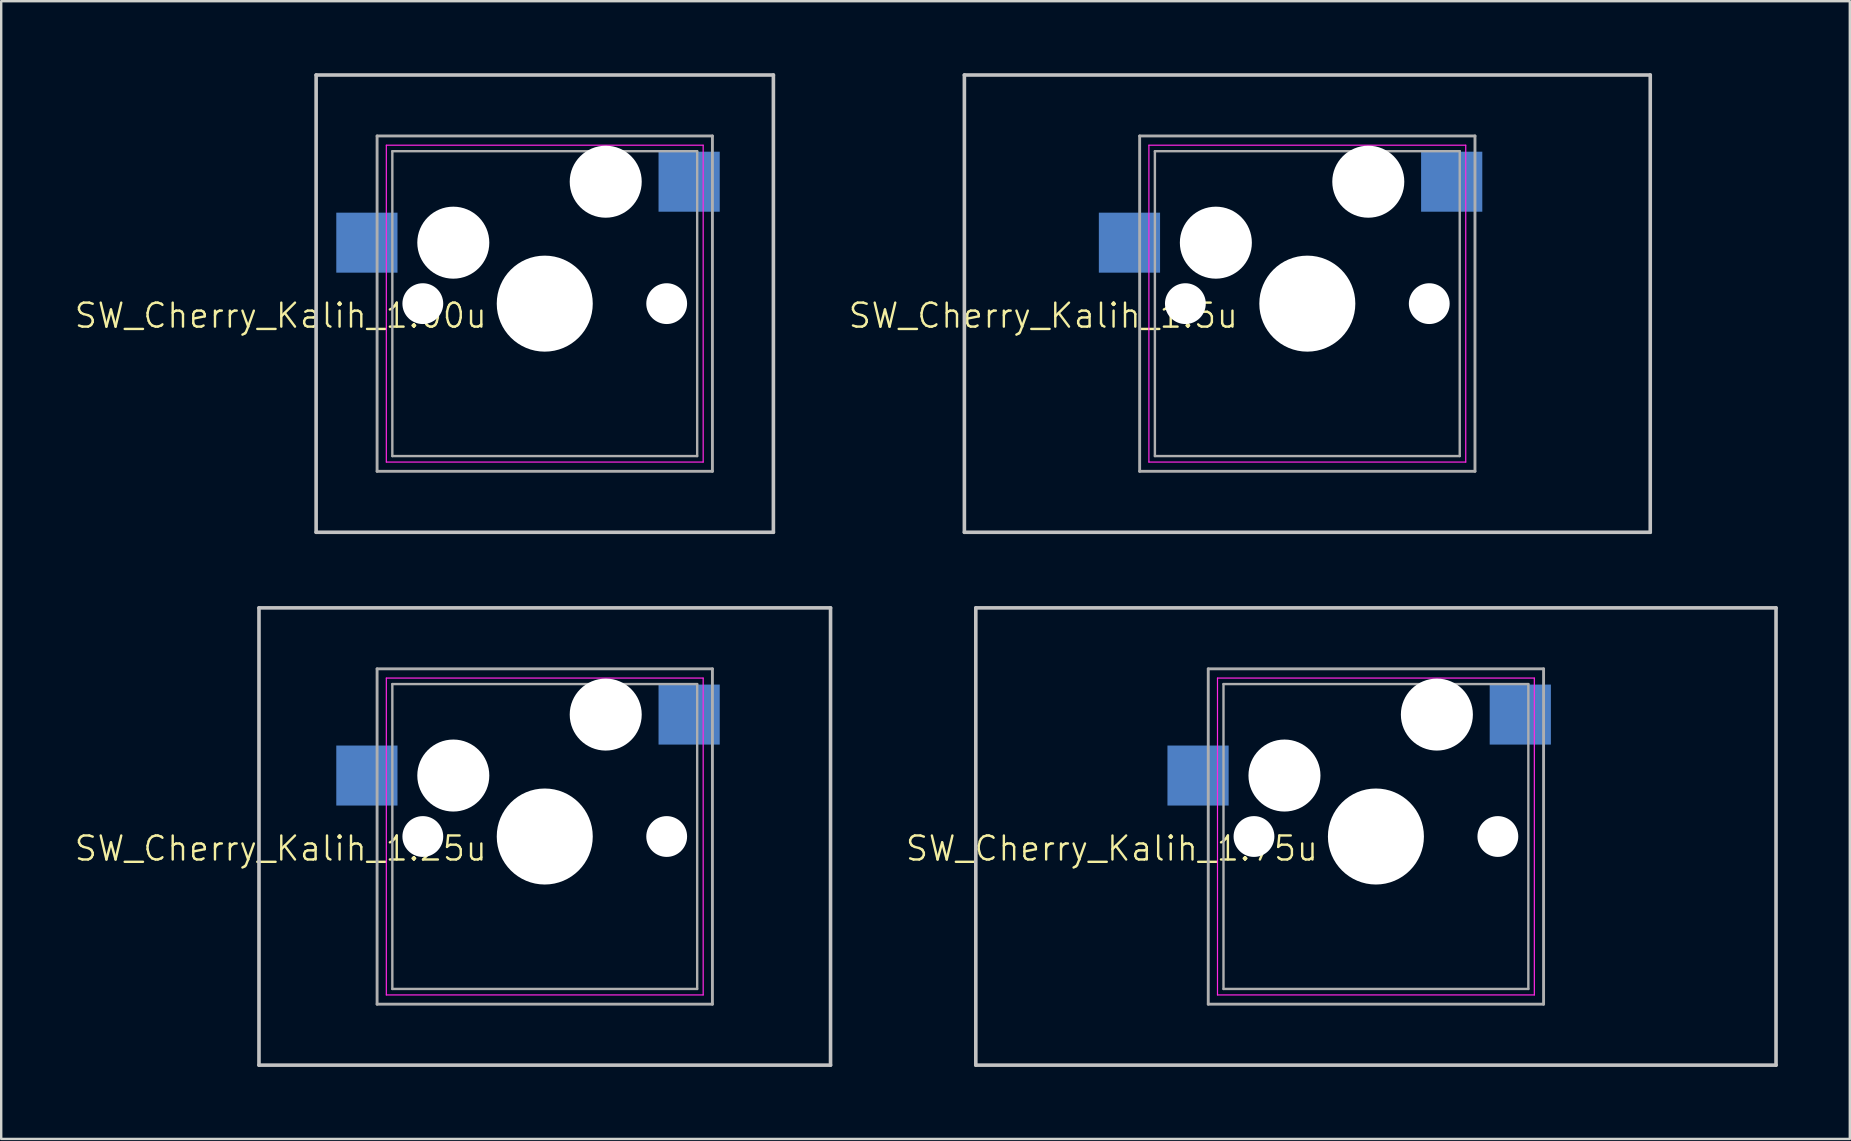
<source format=kicad_pcb>
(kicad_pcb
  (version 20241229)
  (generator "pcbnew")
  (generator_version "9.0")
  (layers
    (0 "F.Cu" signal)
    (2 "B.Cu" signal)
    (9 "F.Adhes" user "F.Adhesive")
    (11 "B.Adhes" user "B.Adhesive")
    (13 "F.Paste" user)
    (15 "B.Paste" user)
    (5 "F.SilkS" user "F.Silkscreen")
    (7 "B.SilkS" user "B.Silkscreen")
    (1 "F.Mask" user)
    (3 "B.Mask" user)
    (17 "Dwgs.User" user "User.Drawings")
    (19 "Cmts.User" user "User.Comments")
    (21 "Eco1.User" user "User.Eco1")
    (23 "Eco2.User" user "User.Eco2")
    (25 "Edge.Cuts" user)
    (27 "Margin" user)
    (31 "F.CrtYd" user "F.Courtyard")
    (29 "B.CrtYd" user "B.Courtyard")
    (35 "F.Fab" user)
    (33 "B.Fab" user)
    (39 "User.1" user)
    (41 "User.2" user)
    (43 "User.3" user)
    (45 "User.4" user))
  (footprint "SW_Cherry_Kalih_1.75u"
    (layer "F.Cu")
    (at 54.272 31.8)
    (property "Reference" "SW_Cherry_Kalih_1.75u" (at -11 0.5 0) (unlocked yes) (layer "F.SilkS") (effects (font (size 1 1) (thickness 0.1))))
    (fp_line (start -16.669 -9.525) (end 16.669 -9.525) (stroke (width 0.15) (type solid)) (layer "Dwgs.User"))
    (fp_line (start -16.669 9.525) (end -16.669 -9.525) (stroke (width 0.15) (type solid)) (layer "Dwgs.User"))
    (fp_line (start 16.669 -9.525) (end 16.669 9.525) (stroke (width 0.15) (type solid)) (layer "Dwgs.User"))
    (fp_line (start 16.669 9.525) (end -16.669 9.525) (stroke (width 0.15) (type solid)) (layer "Dwgs.User"))
    (fp_line (start -6.6 -6.6) (end 6.6 -6.6) (stroke (width 0.05) (type solid)) (layer "F.CrtYd"))
    (fp_line (start -6.6 6.6) (end -6.6 -6.6) (stroke (width 0.05) (type solid)) (layer "F.CrtYd"))
    (fp_line (start 6.6 -6.6) (end 6.6 6.6) (stroke (width 0.05) (type solid)) (layer "F.CrtYd"))
    (fp_line (start 6.6 6.6) (end -6.6 6.6) (stroke (width 0.05) (type solid)) (layer "F.CrtYd"))
    (fp_line (start -6.985 -6.985) (end 6.985 -6.985) (stroke (width 0.12) (type solid)) (layer "F.Fab"))
    (fp_line (start -6.985 6.985) (end -6.985 -6.985) (stroke (width 0.12) (type solid)) (layer "F.Fab"))
    (fp_line (start -6.35 -6.35) (end 6.35 -6.35) (stroke (width 0.1) (type solid)) (layer "F.Fab"))
    (fp_line (start -6.35 6.35) (end -6.35 -6.35) (stroke (width 0.1) (type solid)) (layer "F.Fab"))
    (fp_line (start 6.35 -6.35) (end 6.35 6.35) (stroke (width 0.1) (type solid)) (layer "F.Fab"))
    (fp_line (start 6.35 6.35) (end -6.35 6.35) (stroke (width 0.1) (type solid)) (layer "F.Fab"))
    (fp_line (start 6.985 -6.985) (end 6.985 6.985) (stroke (width 0.12) (type solid)) (layer "F.Fab"))
    (fp_line (start 6.985 6.985) (end -6.985 6.985) (stroke (width 0.12) (type solid)) (layer "F.Fab"))
    (pad "" np_thru_hole circle (at -5.08 0) (size 1.7 1.7) (drill 1.7) (layers "*.Cu" "*.Mask"))
    (pad "" np_thru_hole circle (at -3.81 -2.54) (size 3 3) (drill 3) (layers "*.Cu" "*.Mask"))
    (pad "" np_thru_hole circle (at 0 0) (size 4 4) (drill 4) (layers "*.Cu" "*.Mask"))
    (pad "" np_thru_hole circle (at 2.54 -5.08) (size 3 3) (drill 3) (layers "*.Cu" "*.Mask"))
    (pad "" np_thru_hole circle (at 5.08 0) (size 1.7 1.7) (drill 1.7) (layers "*.Cu" "*.Mask"))
    (pad "1" smd rect (at -7.41 -2.54) (size 2.55 2.5) (layers "B.Cu" "B.Mask" "B.Paste"))
    (pad "2" smd rect (at 6.015 -5.08) (size 2.55 2.5) (layers "B.Cu" "B.Mask" "B.Paste")))
  (footprint "SW_Cherry_Kalih_1.25u"
    (layer "F.Cu")
    (at 19.645 31.8)
    (property "Reference" "SW_Cherry_Kalih_1.25u" (at -11 0.5 0) (unlocked yes) (layer "F.SilkS") (effects (font (size 1 1) (thickness 0.1))))
    (fp_line (start -11.906 -9.525) (end 11.906 -9.525) (stroke (width 0.15) (type solid)) (layer "Dwgs.User"))
    (fp_line (start -11.906 9.525) (end -11.906 -9.525) (stroke (width 0.15) (type solid)) (layer "Dwgs.User"))
    (fp_line (start 11.906 -9.525) (end 11.906 9.525) (stroke (width 0.15) (type solid)) (layer "Dwgs.User"))
    (fp_line (start 11.906 9.525) (end -11.906 9.525) (stroke (width 0.15) (type solid)) (layer "Dwgs.User"))
    (fp_line (start -6.6 -6.6) (end 6.6 -6.6) (stroke (width 0.05) (type solid)) (layer "F.CrtYd"))
    (fp_line (start -6.6 6.6) (end -6.6 -6.6) (stroke (width 0.05) (type solid)) (layer "F.CrtYd"))
    (fp_line (start 6.6 -6.6) (end 6.6 6.6) (stroke (width 0.05) (type solid)) (layer "F.CrtYd"))
    (fp_line (start 6.6 6.6) (end -6.6 6.6) (stroke (width 0.05) (type solid)) (layer "F.CrtYd"))
    (fp_line (start -6.985 -6.985) (end 6.985 -6.985) (stroke (width 0.12) (type solid)) (layer "F.Fab"))
    (fp_line (start -6.985 6.985) (end -6.985 -6.985) (stroke (width 0.12) (type solid)) (layer "F.Fab"))
    (fp_line (start -6.35 -6.35) (end 6.35 -6.35) (stroke (width 0.1) (type solid)) (layer "F.Fab"))
    (fp_line (start -6.35 6.35) (end -6.35 -6.35) (stroke (width 0.1) (type solid)) (layer "F.Fab"))
    (fp_line (start 6.35 -6.35) (end 6.35 6.35) (stroke (width 0.1) (type solid)) (layer "F.Fab"))
    (fp_line (start 6.35 6.35) (end -6.35 6.35) (stroke (width 0.1) (type solid)) (layer "F.Fab"))
    (fp_line (start 6.985 -6.985) (end 6.985 6.985) (stroke (width 0.12) (type solid)) (layer "F.Fab"))
    (fp_line (start 6.985 6.985) (end -6.985 6.985) (stroke (width 0.12) (type solid)) (layer "F.Fab"))
    (pad "" np_thru_hole circle (at -5.08 0) (size 1.7 1.7) (drill 1.7) (layers "*.Cu" "*.Mask"))
    (pad "" np_thru_hole circle (at -3.81 -2.54) (size 3 3) (drill 3) (layers "*.Cu" "*.Mask"))
    (pad "" np_thru_hole circle (at 0 0) (size 4 4) (drill 4) (layers "*.Cu" "*.Mask"))
    (pad "" np_thru_hole circle (at 2.54 -5.08) (size 3 3) (drill 3) (layers "*.Cu" "*.Mask"))
    (pad "" np_thru_hole circle (at 5.08 0) (size 1.7 1.7) (drill 1.7) (layers "*.Cu" "*.Mask"))
    (pad "1" smd rect (at -7.41 -2.54) (size 2.55 2.5) (layers "B.Cu" "B.Mask" "B.Paste"))
    (pad "2" smd rect (at 6.015 -5.08) (size 2.55 2.5) (layers "B.Cu" "B.Mask" "B.Paste")))
  (footprint "SW_Cherry_Kalih_1.5u"
    (layer "F.Cu")
    (at 51.414 9.6)
    (property "Reference" "SW_Cherry_Kalih_1.5u" (at -11 0.5 0) (unlocked yes) (layer "F.SilkS") (effects (font (size 1 1) (thickness 0.1))))
    (fp_line (start -14.287 -9.525) (end 14.287 -9.525) (stroke (width 0.15) (type solid)) (layer "Dwgs.User"))
    (fp_line (start -14.287 9.525) (end -14.287 -9.525) (stroke (width 0.15) (type solid)) (layer "Dwgs.User"))
    (fp_line (start 14.287 -9.525) (end 14.287 9.525) (stroke (width 0.15) (type solid)) (layer "Dwgs.User"))
    (fp_line (start 14.287 9.525) (end -14.287 9.525) (stroke (width 0.15) (type solid)) (layer "Dwgs.User"))
    (fp_line (start -6.6 -6.6) (end 6.6 -6.6) (stroke (width 0.05) (type solid)) (layer "F.CrtYd"))
    (fp_line (start -6.6 6.6) (end -6.6 -6.6) (stroke (width 0.05) (type solid)) (layer "F.CrtYd"))
    (fp_line (start 6.6 -6.6) (end 6.6 6.6) (stroke (width 0.05) (type solid)) (layer "F.CrtYd"))
    (fp_line (start 6.6 6.6) (end -6.6 6.6) (stroke (width 0.05) (type solid)) (layer "F.CrtYd"))
    (fp_line (start -6.985 -6.985) (end 6.985 -6.985) (stroke (width 0.12) (type solid)) (layer "F.Fab"))
    (fp_line (start -6.985 6.985) (end -6.985 -6.985) (stroke (width 0.12) (type solid)) (layer "F.Fab"))
    (fp_line (start -6.35 -6.35) (end 6.35 -6.35) (stroke (width 0.1) (type solid)) (layer "F.Fab"))
    (fp_line (start -6.35 6.35) (end -6.35 -6.35) (stroke (width 0.1) (type solid)) (layer "F.Fab"))
    (fp_line (start 6.35 -6.35) (end 6.35 6.35) (stroke (width 0.1) (type solid)) (layer "F.Fab"))
    (fp_line (start 6.35 6.35) (end -6.35 6.35) (stroke (width 0.1) (type solid)) (layer "F.Fab"))
    (fp_line (start 6.985 -6.985) (end 6.985 6.985) (stroke (width 0.12) (type solid)) (layer "F.Fab"))
    (fp_line (start 6.985 6.985) (end -6.985 6.985) (stroke (width 0.12) (type solid)) (layer "F.Fab"))
    (pad "" np_thru_hole circle (at -5.08 0) (size 1.7 1.7) (drill 1.7) (layers "*.Cu" "*.Mask"))
    (pad "" np_thru_hole circle (at -3.81 -2.54) (size 3 3) (drill 3) (layers "*.Cu" "*.Mask"))
    (pad "" np_thru_hole circle (at 0 0) (size 4 4) (drill 4) (layers "*.Cu" "*.Mask"))
    (pad "" np_thru_hole circle (at 2.54 -5.08) (size 3 3) (drill 3) (layers "*.Cu" "*.Mask"))
    (pad "" np_thru_hole circle (at 5.08 0) (size 1.7 1.7) (drill 1.7) (layers "*.Cu" "*.Mask"))
    (pad "1" smd rect (at -7.41 -2.54) (size 2.55 2.5) (layers "B.Cu" "B.Mask" "B.Paste"))
    (pad "2" smd rect (at 6.015 -5.08) (size 2.55 2.5) (layers "B.Cu" "B.Mask" "B.Paste")))
  (footprint "SW_Cherry_Kalih_1.00u"
    (layer "F.Cu")
    (at 19.645 9.6)
    (property "Reference" "SW_Cherry_Kalih_1.00u" (at -11 0.5 0) (unlocked yes) (layer "F.SilkS") (effects (font (size 1 1) (thickness 0.1))))
    (fp_line (start -9.525 -9.525) (end 9.525 -9.525) (stroke (width 0.15) (type solid)) (layer "Dwgs.User"))
    (fp_line (start -9.525 9.525) (end -9.525 -9.525) (stroke (width 0.15) (type solid)) (layer "Dwgs.User"))
    (fp_line (start 9.525 -9.525) (end 9.525 9.525) (stroke (width 0.15) (type solid)) (layer "Dwgs.User"))
    (fp_line (start 9.525 9.525) (end -9.525 9.525) (stroke (width 0.15) (type solid)) (layer "Dwgs.User"))
    (fp_line (start -6.6 -6.6) (end 6.6 -6.6) (stroke (width 0.05) (type solid)) (layer "F.CrtYd"))
    (fp_line (start -6.6 6.6) (end -6.6 -6.6) (stroke (width 0.05) (type solid)) (layer "F.CrtYd"))
    (fp_line (start 6.6 -6.6) (end 6.6 6.6) (stroke (width 0.05) (type solid)) (layer "F.CrtYd"))
    (fp_line (start 6.6 6.6) (end -6.6 6.6) (stroke (width 0.05) (type solid)) (layer "F.CrtYd"))
    (fp_line (start -6.985 -6.985) (end 6.985 -6.985) (stroke (width 0.12) (type solid)) (layer "F.Fab"))
    (fp_line (start -6.985 6.985) (end -6.985 -6.985) (stroke (width 0.12) (type solid)) (layer "F.Fab"))
    (fp_line (start -6.35 -6.35) (end 6.35 -6.35) (stroke (width 0.1) (type solid)) (layer "F.Fab"))
    (fp_line (start -6.35 6.35) (end -6.35 -6.35) (stroke (width 0.1) (type solid)) (layer "F.Fab"))
    (fp_line (start 6.35 -6.35) (end 6.35 6.35) (stroke (width 0.1) (type solid)) (layer "F.Fab"))
    (fp_line (start 6.35 6.35) (end -6.35 6.35) (stroke (width 0.1) (type solid)) (layer "F.Fab"))
    (fp_line (start 6.985 -6.985) (end 6.985 6.985) (stroke (width 0.12) (type solid)) (layer "F.Fab"))
    (fp_line (start 6.985 6.985) (end -6.985 6.985) (stroke (width 0.12) (type solid)) (layer "F.Fab"))
    (pad "" np_thru_hole circle (at -5.08 0) (size 1.7 1.7) (drill 1.7) (layers "*.Cu" "*.Mask"))
    (pad "" np_thru_hole circle (at -3.81 -2.54) (size 3 3) (drill 3) (layers "*.Cu" "*.Mask"))
    (pad "" np_thru_hole circle (at 0 0) (size 4 4) (drill 4) (layers "*.Cu" "*.Mask"))
    (pad "" np_thru_hole circle (at 2.54 -5.08) (size 3 3) (drill 3) (layers "*.Cu" "*.Mask"))
    (pad "" np_thru_hole circle (at 5.08 0) (size 1.7 1.7) (drill 1.7) (layers "*.Cu" "*.Mask"))
    (pad "1" smd rect (at -7.41 -2.54) (size 2.55 2.5) (layers "B.Cu" "B.Mask" "B.Paste"))
    (pad "2" smd rect (at 6.015 -5.08) (size 2.55 2.5) (layers "B.Cu" "B.Mask" "B.Paste")))
  (gr_rect
    (start -3 -3)
    (end 74.015 44.4)
    (stroke (width 0.1) (type default))
    (fill no)
    (layer "Edge.Cuts")))
</source>
